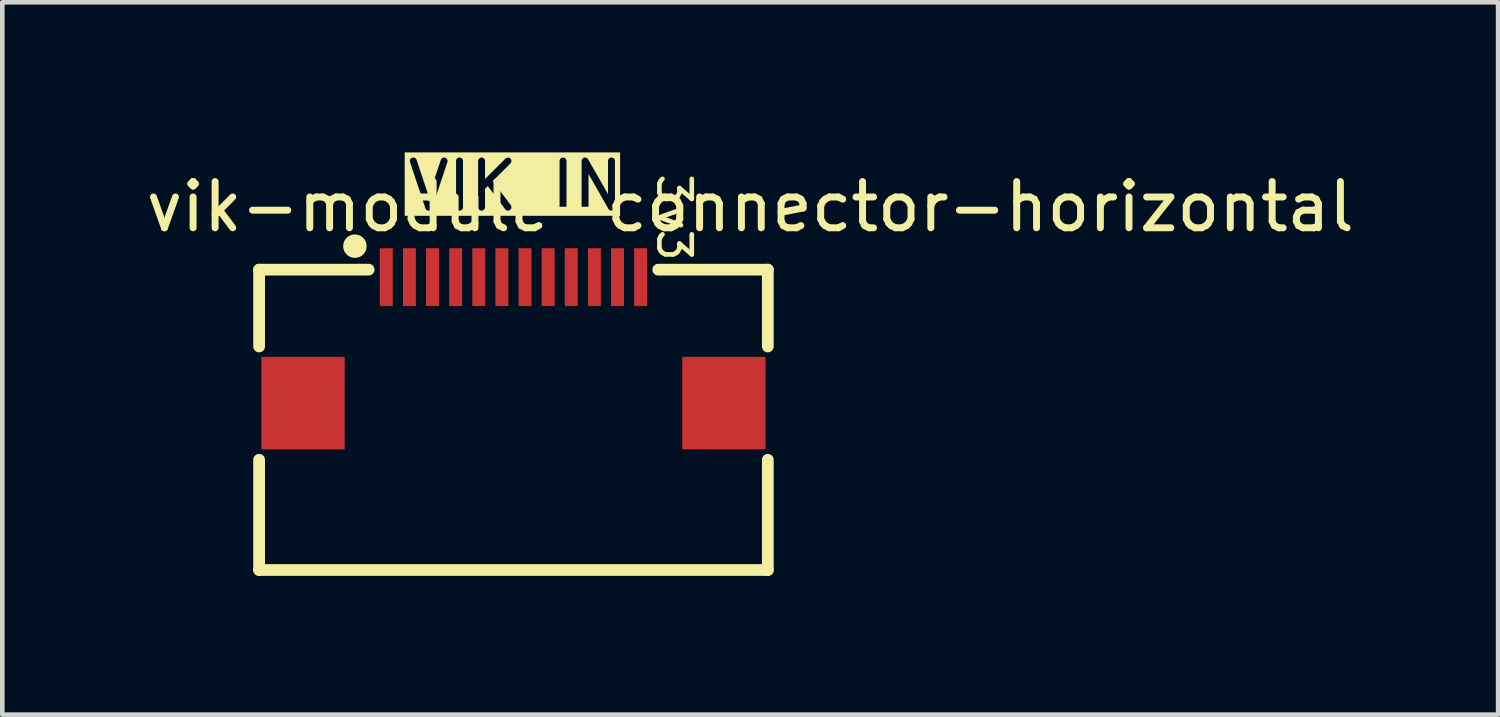
<source format=kicad_pcb>
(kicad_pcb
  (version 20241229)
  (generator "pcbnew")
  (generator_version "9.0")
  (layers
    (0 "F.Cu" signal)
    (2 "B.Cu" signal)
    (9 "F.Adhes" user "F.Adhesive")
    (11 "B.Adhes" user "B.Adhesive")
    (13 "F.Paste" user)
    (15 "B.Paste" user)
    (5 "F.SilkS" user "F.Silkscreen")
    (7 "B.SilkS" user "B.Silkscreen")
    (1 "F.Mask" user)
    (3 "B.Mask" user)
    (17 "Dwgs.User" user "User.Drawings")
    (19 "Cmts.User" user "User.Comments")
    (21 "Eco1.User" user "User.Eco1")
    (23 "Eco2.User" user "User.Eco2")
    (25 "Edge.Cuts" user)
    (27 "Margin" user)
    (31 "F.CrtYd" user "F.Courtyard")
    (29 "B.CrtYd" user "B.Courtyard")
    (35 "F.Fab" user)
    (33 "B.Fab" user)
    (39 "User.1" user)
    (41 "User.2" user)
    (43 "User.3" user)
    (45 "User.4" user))
  (footprint "vik-module-connector-horizontal"
    (layer "F.Cu")
    (at 8.053 4.981)
    (property "Reference" "vik-module-connector-horizontal" (at 5.12 -3.56 0) (unlocked yes) (layer "F.SilkS") (effects (font (size 1 1) (thickness 0.15))))
    (attr smd)
    (fp_line (start -5.5 -2.2) (end -3.131 -2.2) (stroke (width 0.254) (type solid)) (layer "F.SilkS"))
    (fp_line (start -5.5 -0.539) (end -5.5 -2.2) (stroke (width 0.254) (type solid)) (layer "F.SilkS"))
    (fp_line (start -5.5 4.295) (end -5.5 1.912) (stroke (width 0.254) (type solid)) (layer "F.SilkS"))
    (fp_line (start 5.5 -2.2) (end 3.131 -2.2) (stroke (width 0.254) (type solid)) (layer "F.SilkS"))
    (fp_line (start 5.5 -0.539) (end 5.5 -2.2) (stroke (width 0.254) (type solid)) (layer "F.SilkS"))
    (fp_line (start 5.5 4.295) (end -5.5 4.295) (stroke (width 0.254) (type solid)) (layer "F.SilkS"))
    (fp_line (start 5.5 4.295) (end 5.5 1.912) (stroke (width 0.254) (type solid)) (layer "F.SilkS"))
    (fp_circle (center -3.429 -2.708) (end -3.302 -2.708) (stroke (width 0.254) (type solid)) (fill no) (layer "F.SilkS"))
    (fp_text user "3v3" (at 3.065 -4.329 270) (unlocked yes) (layer "F.SilkS") (effects (font (size 0.7 0.7) (thickness 0.1)) (justify left bottom)))
    (fp_text user "VIK IN" (at -2.36 -3.42 0) (unlocked yes) (layer "F.SilkS" knockout) (effects (font (size 1 1) (thickness 0.15)) (justify left bottom)))
    (fp_text user "C479750" (at 0 0.75 0) (layer "User.2") (effects (font (size 1 1) (thickness 0.15))))
    (pad "1" smd rect (at -2.75 -2.038) (size 0.28 1.25) (layers "F.Cu" "F.Mask" "F.Paste"))
    (pad "2" smd rect (at -2.25 -2.038) (size 0.28 1.25) (layers "F.Cu" "F.Mask" "F.Paste"))
    (pad "3" smd rect (at -1.75 -2.038) (size 0.28 1.25) (layers "F.Cu" "F.Mask" "F.Paste"))
    (pad "4" smd rect (at -1.25 -2.038) (size 0.28 1.25) (layers "F.Cu" "F.Mask" "F.Paste"))
    (pad "5" smd rect (at -0.75 -2.038) (size 0.28 1.25) (layers "F.Cu" "F.Mask" "F.Paste"))
    (pad "6" smd rect (at -0.25 -2.038) (size 0.28 1.25) (layers "F.Cu" "F.Mask" "F.Paste"))
    (pad "7" smd rect (at 0.25 -2.038) (size 0.28 1.25) (layers "F.Cu" "F.Mask" "F.Paste"))
    (pad "8" smd rect (at 0.75 -2.038) (size 0.28 1.25) (layers "F.Cu" "F.Mask" "F.Paste"))
    (pad "9" smd rect (at 1.25 -2.038) (size 0.28 1.25) (layers "F.Cu" "F.Mask" "F.Paste"))
    (pad "10" smd rect (at 1.75 -2.038) (size 0.28 1.25) (layers "F.Cu" "F.Mask" "F.Paste"))
    (pad "11" smd rect (at 2.25 -2.038) (size 0.28 1.25) (layers "F.Cu" "F.Mask" "F.Paste"))
    (pad "12" smd rect (at 2.75 -2.038) (size 0.28 1.25) (layers "F.Cu" "F.Mask" "F.Paste"))
    (pad "13" smd rect (at 4.55 0.686) (size 1.8 2) (layers "F.Cu" "F.Mask" "F.Paste"))
    (pad "14" smd rect (at -4.55 0.686) (size 1.8 2) (layers "F.Cu" "F.Mask" "F.Paste")))
  (gr_rect
    (start -3 -3)
    (end 29.345 12.403)
    (stroke (width 0.1) (type default))
    (fill no)
    (layer "Edge.Cuts")))
</source>
